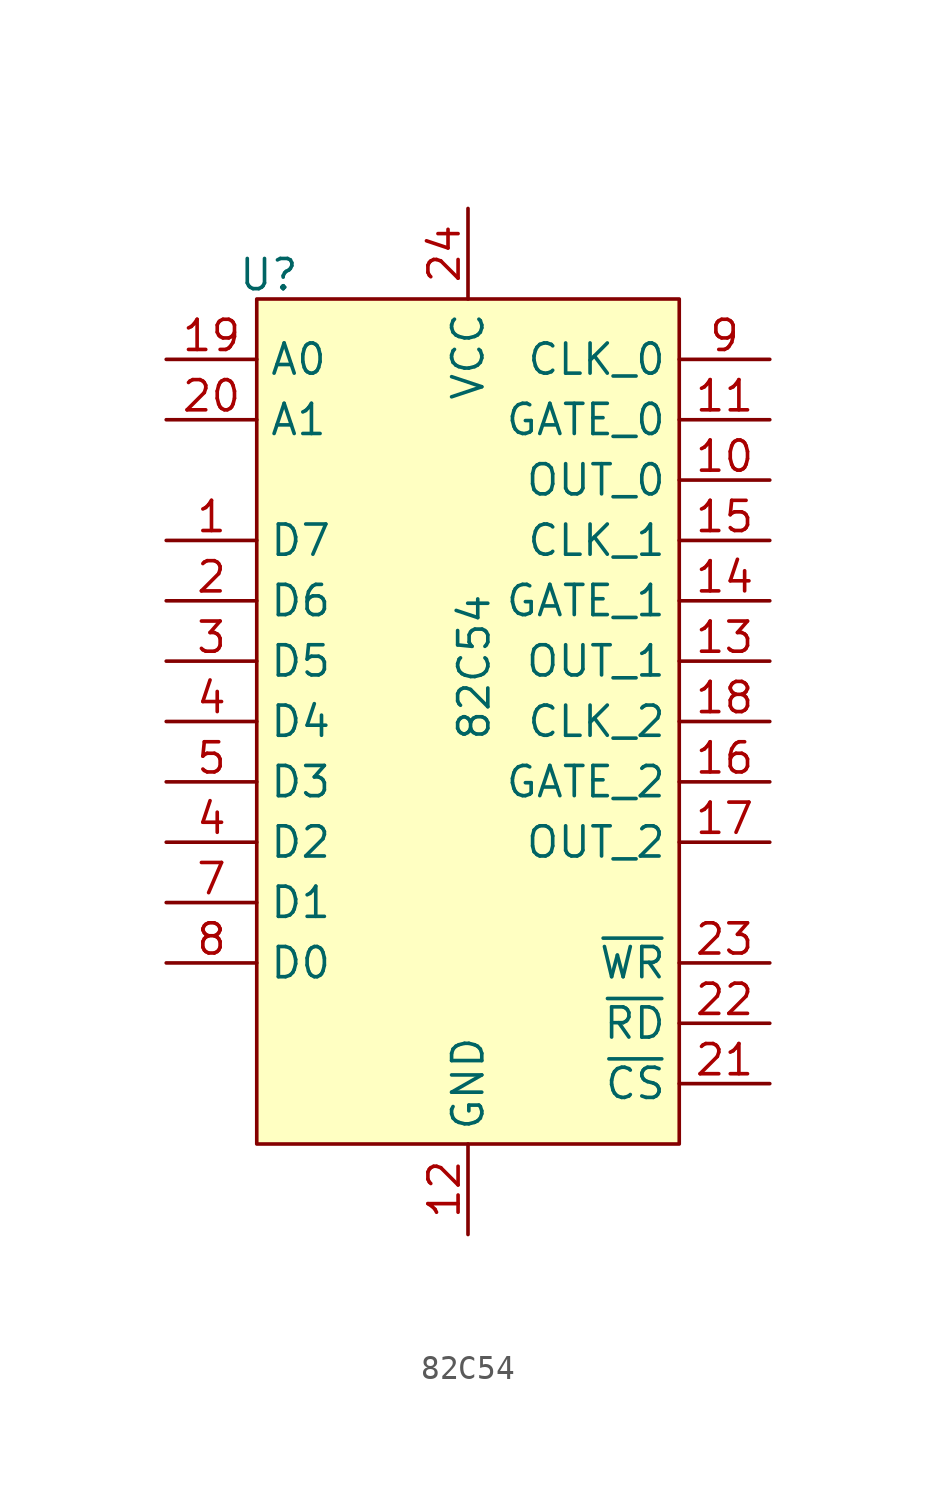
<source format=kicad_sym>
(kicad_symbol_lib
  (version 20231120)
  (generator "kicad_symbol_editor")
  (generator_version "8.0")
  (symbol "82C54"
    (property "Reference" "U"
      (at 0.508 1.016 0)
      (effects (font (size 1.27 1.27))))
    (property "Value" "82C54"
      (at 9.144 -15.494 90)
      (effects (font (size 1.27 1.27))))
    (symbol "82C54_1_1"
      (rectangle (start 0 0) (end 17.78 -35.56) (stroke (width 0) (type default)) (fill (type background)))
      (pin bidirectional line (at -3.81 -10.16 0) (length 3.81) (name "D7" (effects (font (size 1.27 1.27)))) (number "1" (effects (font (size 1.27 1.27)))))
      (pin output line (at 21.59 -7.62 180) (length 3.81) (name "OUT_0" (effects (font (size 1.27 1.27)))) (number "10" (effects (font (size 1.27 1.27)))))
      (pin input line (at 21.59 -5.08 180) (length 3.81) (name "GATE_0" (effects (font (size 1.27 1.27)))) (number "11" (effects (font (size 1.27 1.27)))))
      (pin power_in line (at 8.89 -39.37 90) (length 3.81) (name "GND" (effects (font (size 1.27 1.27)))) (number "12" (effects (font (size 1.27 1.27)))))
      (pin output line (at 21.59 -15.24 180) (length 3.81) (name "OUT_1" (effects (font (size 1.27 1.27)))) (number "13" (effects (font (size 1.27 1.27)))))
      (pin input line (at 21.59 -12.7 180) (length 3.81) (name "GATE_1" (effects (font (size 1.27 1.27)))) (number "14" (effects (font (size 1.27 1.27)))))
      (pin input line (at 21.59 -10.16 180) (length 3.81) (name "CLK_1" (effects (font (size 1.27 1.27)))) (number "15" (effects (font (size 1.27 1.27)))))
      (pin input line (at 21.59 -20.32 180) (length 3.81) (name "GATE_2" (effects (font (size 1.27 1.27)))) (number "16" (effects (font (size 1.27 1.27)))))
      (pin output line (at 21.59 -22.86 180) (length 3.81) (name "OUT_2" (effects (font (size 1.27 1.27)))) (number "17" (effects (font (size 1.27 1.27)))))
      (pin input line (at 21.59 -17.78 180) (length 3.81) (name "CLK_2" (effects (font (size 1.27 1.27)))) (number "18" (effects (font (size 1.27 1.27)))))
      (pin input line (at -3.81 -2.54 0) (length 3.81) (name "A0" (effects (font (size 1.27 1.27)))) (number "19" (effects (font (size 1.27 1.27)))))
      (pin bidirectional line (at -3.81 -12.7 0) (length 3.81) (name "D6" (effects (font (size 1.27 1.27)))) (number "2" (effects (font (size 1.27 1.27)))))
      (pin input line (at -3.81 -5.08 0) (length 3.81) (name "A1" (effects (font (size 1.27 1.27)))) (number "20" (effects (font (size 1.27 1.27)))))
      (pin input line (at 21.59 -33.02 180) (length 3.81) (name "~{CS}" (effects (font (size 1.27 1.27)))) (number "21" (effects (font (size 1.27 1.27)))))
      (pin input line (at 21.59 -30.48 180) (length 3.81) (name "~{RD}" (effects (font (size 1.27 1.27)))) (number "22" (effects (font (size 1.27 1.27)))))
      (pin input line (at 21.59 -27.94 180) (length 3.81) (name "~{WR}" (effects (font (size 1.27 1.27)))) (number "23" (effects (font (size 1.27 1.27)))))
      (pin power_in line (at 8.89 3.81 270) (length 3.81) (name "VCC" (effects (font (size 1.27 1.27)))) (number "24" (effects (font (size 1.27 1.27)))))
      (pin bidirectional line (at -3.81 -15.24 0) (length 3.81) (name "D5" (effects (font (size 1.27 1.27)))) (number "3" (effects (font (size 1.27 1.27)))))
      (pin bidirectional line (at -3.81 -22.86 0) (length 3.81) (name "D2" (effects (font (size 1.27 1.27)))) (number "4" (effects (font (size 1.27 1.27)))))
      (pin bidirectional line (at -3.81 -17.78 0) (length 3.81) (name "D4" (effects (font (size 1.27 1.27)))) (number "4" (effects (font (size 1.27 1.27)))))
      (pin bidirectional line (at -3.81 -20.32 0) (length 3.81) (name "D3" (effects (font (size 1.27 1.27)))) (number "5" (effects (font (size 1.27 1.27)))))
      (pin bidirectional line (at -3.81 -25.4 0) (length 3.81) (name "D1" (effects (font (size 1.27 1.27)))) (number "7" (effects (font (size 1.27 1.27)))))
      (pin bidirectional line (at -3.81 -27.94 0) (length 3.81) (name "D0" (effects (font (size 1.27 1.27)))) (number "8" (effects (font (size 1.27 1.27)))))
      (pin input line (at 21.59 -2.54 180) (length 3.81) (name "CLK_0" (effects (font (size 1.27 1.27)))) (number "9" (effects (font (size 1.27 1.27))))))))
</source>
